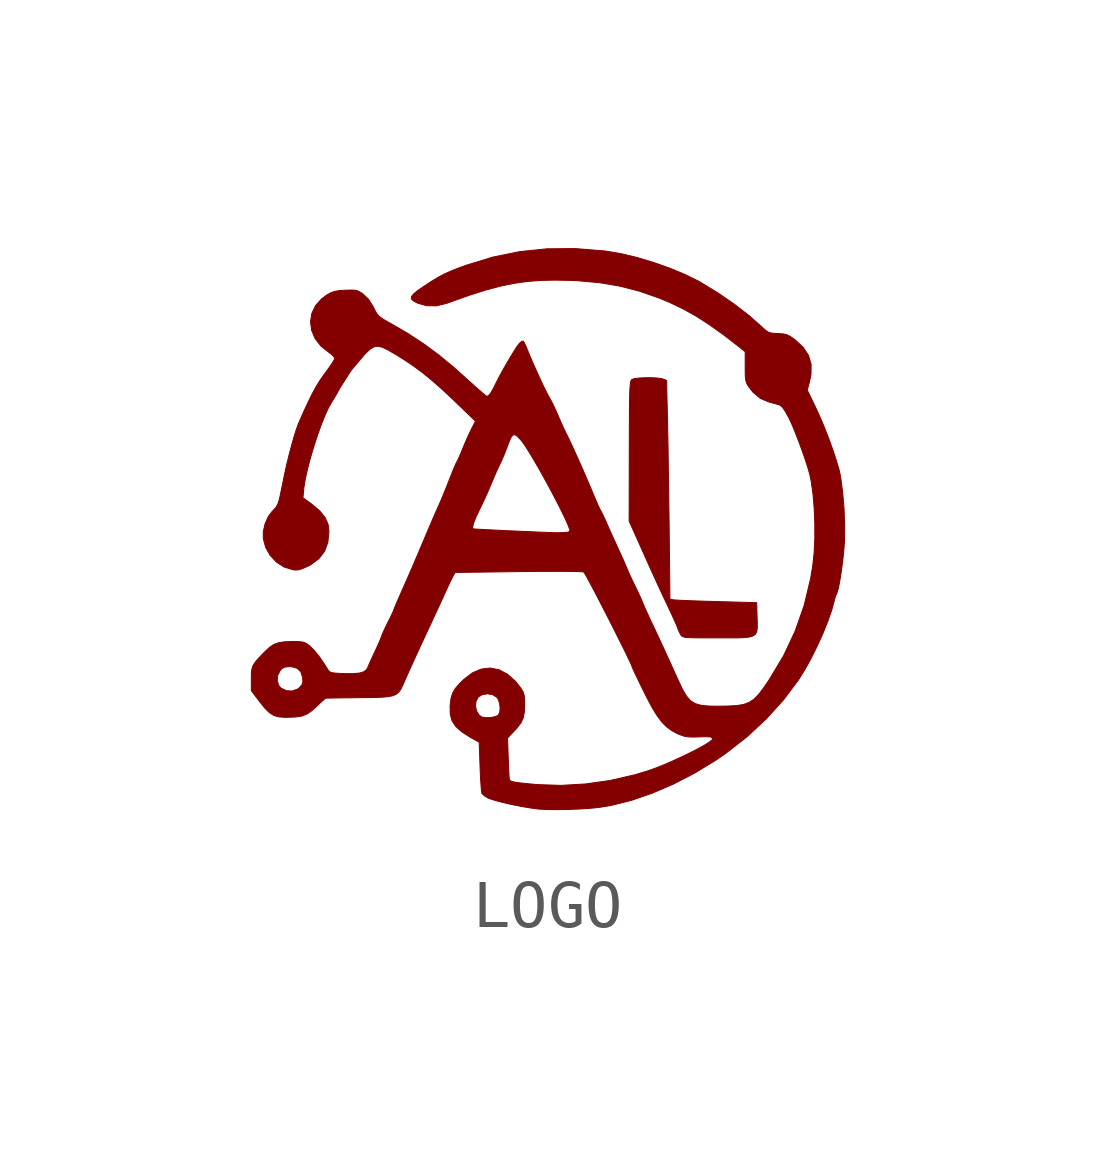
<source format=kicad_sym>
(kicad_symbol_lib
  (version 20220914)
  (generator "bitmap2component")
  (generator_version "9.0")
  (symbol "LOGO"
    (pin_names
      (offset 1.016))
    (property "Reference" "#G"
      (at 0 7.183 0)
      (effects (font (size 1.27 1.27)) hide))
    (symbol "LOGO_0_0"
      (polyline (pts (xy 0.454 -6.659) (xy 0.688 -6.649) (xy 0.907 -6.634) (xy 1.093 -6.614) (xy 1.329 -6.575) (xy 1.748 -6.47) (xy 2.183 -6.32) (xy 2.626 -6.129) (xy 3.067 -5.901) (xy 3.497 -5.639) (xy 3.709 -5.494) (xy 4.153 -5.148) (xy 4.559 -4.771) (xy 4.922 -4.37) (xy 5.233 -3.954) (xy 5.351 -3.765) (xy 5.486 -3.523) (xy 5.616 -3.262) (xy 5.736 -2.997) (xy 5.84 -2.74) (xy 5.922 -2.505) (xy 5.976 -2.306) (xy 5.978 -2.297) (xy 5.999 -2.219) (xy 6.021 -2.171) (xy 6.03 -2.154) (xy 6.053 -2.077) (xy 6.079 -1.956) (xy 6.106 -1.801) (xy 6.132 -1.623) (xy 6.156 -1.431) (xy 6.176 -1.236) (xy 6.189 -1.034) (xy 6.191 -0.723) (xy 6.178 -0.389) (xy 6.149 -0.051) (xy 6.107 0.27) (xy 6.106 0.276) (xy 6.074 0.42) (xy 6.02 0.604) (xy 5.95 0.817) (xy 5.868 1.046) (xy 5.778 1.279) (xy 5.684 1.502) (xy 5.592 1.705) (xy 5.412 2.076) (xy 5.465 2.279) (xy 5.49 2.408) (xy 5.492 2.614) (xy 5.438 2.8) (xy 5.327 2.969) (xy 5.159 3.124) (xy 5.065 3.191) (xy 4.989 3.23) (xy 4.908 3.249) (xy 4.797 3.256) (xy 4.751 3.258) (xy 4.661 3.266) (xy 4.596 3.288) (xy 4.533 3.332) (xy 4.45 3.408) (xy 4.204 3.626) (xy 3.895 3.865) (xy 3.553 4.1) (xy 3.19 4.322) (xy 3.146 4.347) (xy 2.869 4.484) (xy 2.552 4.616) (xy 2.212 4.736) (xy 1.867 4.84) (xy 1.533 4.92) (xy 1.228 4.972) (xy 1.186 4.977) (xy 0.576 5.026) (xy -0.012 5.021) (xy -0.582 4.962) (xy -1.141 4.848) (xy -1.692 4.679) (xy -1.81 4.637) (xy -1.983 4.57) (xy -2.127 4.507) (xy -2.261 4.437) (xy -2.402 4.353) (xy -2.568 4.244) (xy -2.699 4.155) (xy -2.791 4.08) (xy -2.835 4.022) (xy -2.834 3.975) (xy -2.789 3.933) (xy -2.703 3.888) (xy -2.522 3.836) (xy -2.313 3.833) (xy -2.097 3.886) (xy -1.99 3.925) (xy -1.621 4.056) (xy -1.292 4.16) (xy -0.99 4.241) (xy -0.706 4.3) (xy -0.428 4.34) (xy -0.145 4.362) (xy 0.154 4.369) (xy 0.479 4.363) (xy 0.619 4.357) (xy 1.077 4.316) (xy 1.504 4.244) (xy 1.916 4.138) (xy 2.329 3.994) (xy 2.554 3.9) (xy 2.826 3.769) (xy 3.095 3.619) (xy 3.37 3.442) (xy 3.663 3.233) (xy 3.984 2.985) (xy 4.119 2.877) (xy 4.119 2.565) (xy 4.119 2.515) (xy 4.12 2.389) (xy 4.127 2.301) (xy 4.142 2.239) (xy 4.168 2.184) (xy 4.21 2.123) (xy 4.28 2.035) (xy 4.438 1.903) (xy 4.625 1.825) (xy 4.646 1.82) (xy 4.744 1.794) (xy 4.822 1.772) (xy 4.848 1.761) (xy 4.898 1.715) (xy 4.956 1.63) (xy 5.03 1.497) (xy 5.033 1.49) (xy 5.091 1.366) (xy 5.159 1.202) (xy 5.233 1.012) (xy 5.306 0.813) (xy 5.373 0.62) (xy 5.428 0.449) (xy 5.465 0.315) (xy 5.493 0.181) (xy 5.531 -0.086) (xy 5.556 -0.386) (xy 5.569 -0.703) (xy 5.569 -1.02) (xy 5.554 -1.321) (xy 5.525 -1.59) (xy 5.482 -1.847) (xy 5.347 -2.409) (xy 5.159 -2.945) (xy 4.917 -3.46) (xy 4.617 -3.959) (xy 4.506 -4.123) (xy 4.403 -4.259) (xy 4.306 -4.358) (xy 4.205 -4.427) (xy 4.089 -4.471) (xy 3.945 -4.495) (xy 3.764 -4.505) (xy 3.534 -4.508) (xy 3.357 -4.505) (xy 3.199 -4.489) (xy 3.076 -4.454) (xy 2.978 -4.392) (xy 2.894 -4.295) (xy 2.813 -4.157) (xy 2.724 -3.969) (xy 2.652 -3.809) (xy 2.53 -3.541) (xy 2.426 -3.314) (xy 2.336 -3.119) (xy 2.256 -2.947) (xy 2.181 -2.79) (xy 2.133 -2.687) (xy 2.068 -2.546) (xy 2.013 -2.422) (xy 1.976 -2.334) (xy 1.976 -2.333) (xy 1.932 -2.23) (xy 1.873 -2.103) (xy 1.812 -1.977) (xy 1.811 -1.975) (xy 1.75 -1.85) (xy 1.692 -1.724) (xy 1.65 -1.624) (xy 1.635 -1.589) (xy 1.588 -1.48) (xy 1.529 -1.348) (xy 1.467 -1.213) (xy 1.448 -1.172) (xy 1.375 -1.012) (xy 1.3 -0.847) (xy 1.238 -0.705) (xy 1.22 -0.663) (xy 1.171 -0.557) (xy 1.132 -0.476) (xy 1.109 -0.435) (xy 1.09 -0.399) (xy 1.052 -0.319) (xy 1.003 -0.206) (xy 0.948 -0.075) (xy 0.896 0.05) (xy 0.819 0.23) (xy 0.736 0.422) (xy 0.65 0.614) (xy 0.569 0.796) (xy 0.495 0.957) (xy 0.434 1.085) (xy 0.393 1.168) (xy 0.378 1.197) (xy 0.333 1.291) (xy 0.279 1.412) (xy 0.222 1.543) (xy 0.197 1.601) (xy 0.138 1.732) (xy 0.081 1.847) (xy 0.037 1.927) (xy 0.025 1.947) (xy -0.023 2.039) (xy -0.087 2.168) (xy -0.159 2.323) (xy -0.235 2.489) (xy -0.309 2.654) (xy -0.373 2.804) (xy -0.423 2.927) (xy -0.449 2.992) (xy -0.484 3.065) (xy -0.507 3.099) (xy -0.54 3.09) (xy -0.589 3.047) (xy -0.632 2.99) (xy -0.697 2.889) (xy -0.776 2.76) (xy -0.861 2.616) (xy -0.944 2.469) (xy -1.018 2.332) (xy -1.076 2.217) (xy -1.114 2.138) (xy -1.175 2.028) (xy -1.223 1.966) (xy -1.262 1.947) (xy -1.273 1.953) (xy -1.324 1.992) (xy -1.405 2.062) (xy -1.51 2.154) (xy -1.629 2.262) (xy -1.964 2.562) (xy -2.281 2.822) (xy -2.593 3.051) (xy -2.913 3.26) (xy -3.255 3.459) (xy -3.313 3.49) (xy -3.421 3.553) (xy -3.493 3.603) (xy -3.543 3.653) (xy -3.582 3.714) (xy -3.623 3.797) (xy -3.635 3.821) (xy -3.727 3.968) (xy -3.839 4.074) (xy -3.885 4.107) (xy -3.945 4.141) (xy -4.006 4.158) (xy -4.088 4.162) (xy -4.211 4.159) (xy -4.332 4.151) (xy -4.431 4.135) (xy -4.513 4.106) (xy -4.599 4.058) (xy -4.706 3.979) (xy -4.834 3.835) (xy -4.911 3.672) (xy -4.937 3.498) (xy -4.914 3.322) (xy -4.841 3.152) (xy -4.719 2.994) (xy -4.548 2.858) (xy -4.516 2.835) (xy -4.457 2.782) (xy -4.433 2.74) (xy -4.439 2.721) (xy -4.474 2.658) (xy -4.533 2.568) (xy -4.609 2.464) (xy -4.661 2.393) (xy -4.745 2.272) (xy -4.823 2.145) (xy -4.901 2.002) (xy -4.984 1.833) (xy -5.079 1.628) (xy -5.189 1.378) (xy -5.193 1.367) (xy -5.234 1.255) (xy -5.283 1.099) (xy -5.335 0.913) (xy -5.388 0.712) (xy -5.438 0.508) (xy -5.48 0.315) (xy -5.488 0.275) (xy -5.518 0.129) (xy -5.546 -0.009) (xy -5.568 -0.113) (xy -5.586 -0.197) (xy -5.618 -0.297) (xy -5.66 -0.37) (xy -5.721 -0.435) (xy -5.729 -0.441) (xy -5.816 -0.556) (xy -5.883 -0.705) (xy -5.921 -0.867) (xy -5.921 -1.014) (xy -5.873 -1.196) (xy -5.78 -1.363) (xy -5.649 -1.504) (xy -5.488 -1.608) (xy -5.304 -1.665) (xy -5.259 -1.671) (xy -5.185 -1.667) (xy -5.101 -1.641) (xy -4.987 -1.589) (xy -4.935 -1.562) (xy -4.766 -1.438) (xy -4.646 -1.283) (xy -4.576 -1.095) (xy -4.553 -0.87) (xy -4.571 -0.72) (xy -4.634 -0.577) (xy -4.746 -0.439) (xy -4.911 -0.299) (xy -5.095 -0.165) (xy -5.078 0.017) (xy -5.075 0.047) (xy -5.047 0.218) (xy -5.002 0.423) (xy -4.943 0.649) (xy -4.873 0.886) (xy -4.797 1.121) (xy -4.718 1.344) (xy -4.639 1.543) (xy -4.565 1.706) (xy -4.499 1.821) (xy -4.497 1.825) (xy -4.453 1.895) (xy -4.394 1.995) (xy -4.333 2.106) (xy -4.323 2.125) (xy -4.087 2.494) (xy -3.808 2.823) (xy -3.782 2.85) (xy -3.693 2.932) (xy -3.615 2.979) (xy -3.536 2.992) (xy -3.444 2.971) (xy -3.327 2.915) (xy -3.172 2.826) (xy -3.155 2.816) (xy -2.962 2.695) (xy -2.784 2.574) (xy -2.611 2.446) (xy -2.434 2.303) (xy -2.245 2.138) (xy -2.033 1.943) (xy -1.791 1.711) (xy -1.5 1.43) (xy -1.587 1.262) (xy -1.592 1.25) (xy -1.648 1.133) (xy -1.711 0.992) (xy -1.768 0.854) (xy -1.785 0.812) (xy -1.83 0.705) (xy -1.867 0.624) (xy -1.889 0.583) (xy -1.89 0.581) (xy -1.912 0.537) (xy -1.95 0.45) (xy -1.998 0.331) (xy -2.052 0.193) (xy -2.109 0.049) (xy -2.171 -0.103) (xy -2.226 -0.235) (xy -2.267 -0.329) (xy -2.283 -0.363) (xy -2.336 -0.482) (xy -2.397 -0.623) (xy -2.457 -0.764) (xy -2.465 -0.782) (xy -1.56 -0.782) (xy -1.542 -0.701) (xy -1.492 -0.573) (xy -1.41 -0.4) (xy -1.373 -0.324) (xy -1.297 -0.163) (xy -1.226 -0.003) (xy -1.171 0.129) (xy -1.167 0.137) (xy -1.109 0.276) (xy -1.047 0.418) (xy -0.992 0.533) (xy -0.951 0.62) (xy -0.89 0.764) (xy -0.838 0.899) (xy -0.811 0.972) (xy -0.766 1.082) (xy -0.725 1.139) (xy -0.682 1.149) (xy -0.628 1.115) (xy -0.557 1.04) (xy -0.541 1.021) (xy -0.477 0.933) (xy -0.396 0.808) (xy -0.303 0.654) (xy -0.201 0.479) (xy -0.094 0.289) (xy 0.014 0.093) (xy 0.119 -0.104) (xy 0.217 -0.292) (xy 0.304 -0.466) (xy 0.377 -0.618) (xy 0.43 -0.74) (xy 0.462 -0.825) (xy 0.466 -0.866) (xy 0.465 -0.867) (xy 0.42 -0.883) (xy 0.325 -0.892) (xy 0.185 -0.894) (xy 0.183 -0.894) (xy 0.093 -0.891) (xy -0.038 -0.886) (xy -0.199 -0.88) (xy -0.383 -0.872) (xy -0.579 -0.863) (xy -0.779 -0.854) (xy -0.974 -0.845) (xy -1.154 -0.836) (xy -1.311 -0.828) (xy -1.436 -0.821) (xy -1.518 -0.816) (xy -1.55 -0.813) (xy -1.56 -0.782) (xy -2.465 -0.782) (xy -2.486 -0.832) (xy -2.601 -1.104) (xy -2.699 -1.335) (xy -2.785 -1.536) (xy -2.864 -1.719) (xy -2.941 -1.895) (xy -3.021 -2.076) (xy -3.054 -2.15) (xy -3.114 -2.287) (xy -3.162 -2.398) (xy -3.193 -2.475) (xy -3.205 -2.507) (xy -3.207 -2.514) (xy -3.228 -2.563) (xy -3.268 -2.647) (xy -3.321 -2.752) (xy -3.337 -2.784) (xy -3.392 -2.898) (xy -3.435 -2.994) (xy -3.459 -3.055) (xy -3.465 -3.073) (xy -3.496 -3.15) (xy -3.543 -3.257) (xy -3.598 -3.376) (xy -3.62 -3.422) (xy -3.674 -3.539) (xy -3.718 -3.637) (xy -3.744 -3.699) (xy -3.769 -3.744) (xy -3.826 -3.79) (xy -3.918 -3.818) (xy -4.051 -3.83) (xy -4.235 -3.829) (xy -4.306 -3.826) (xy -4.423 -3.819) (xy -4.497 -3.808) (xy -4.54 -3.79) (xy -4.565 -3.764) (xy -4.638 -3.646) (xy -4.753 -3.478) (xy -4.861 -3.344) (xy -4.952 -3.253) (xy -4.96 -3.247) (xy -5.025 -3.2) (xy -5.086 -3.174) (xy -5.165 -3.163) (xy -5.282 -3.161) (xy -5.32 -3.161) (xy -5.482 -3.167) (xy -5.604 -3.186) (xy -5.701 -3.221) (xy -5.788 -3.28) (xy -5.882 -3.367) (xy -5.917 -3.402) (xy -6.022 -3.511) (xy -6.093 -3.595) (xy -6.137 -3.666) (xy -6.16 -3.738) (xy -6.169 -3.824) (xy -6.17 -3.938) (xy -6.17 -3.982) (xy -5.631 -3.982) (xy -5.622 -3.869) (xy -5.569 -3.763) (xy -5.535 -3.726) (xy -5.472 -3.693) (xy -5.378 -3.684) (xy -5.328 -3.686) (xy -5.213 -3.719) (xy -5.138 -3.794) (xy -5.101 -3.914) (xy -5.096 -3.991) (xy -5.112 -4.055) (xy -5.162 -4.116) (xy -5.207 -4.152) (xy -5.319 -4.192) (xy -5.441 -4.185) (xy -5.552 -4.131) (xy -5.596 -4.082) (xy -5.631 -3.982) (xy -6.17 -3.982) (xy -6.17 -4.184) (xy -6.023 -4.379) (xy -5.991 -4.421) (xy -5.884 -4.554) (xy -5.791 -4.645) (xy -5.7 -4.702) (xy -5.595 -4.731) (xy -5.462 -4.74) (xy -5.287 -4.735) (xy -5.238 -4.732) (xy -5.116 -4.713) (xy -5.012 -4.672) (xy -4.909 -4.601) (xy -4.788 -4.491) (xy -4.783 -4.486) (xy -4.706 -4.413) (xy -4.647 -4.361) (xy -4.617 -4.34) (xy -4.606 -4.34) (xy -4.543 -4.339) (xy -4.434 -4.337) (xy -4.287 -4.335) (xy -4.111 -4.333) (xy -3.915 -4.33) (xy -3.876 -4.33) (xy -3.647 -4.327) (xy -3.467 -4.322) (xy -3.331 -4.311) (xy -3.23 -4.292) (xy -3.156 -4.262) (xy -3.1 -4.218) (xy -3.056 -4.155) (xy -3.015 -4.072) (xy -2.969 -3.966) (xy -2.94 -3.9) (xy -2.883 -3.772) (xy -2.809 -3.609) (xy -2.723 -3.421) (xy -2.629 -3.217) (xy -2.533 -3.01) (xy -2.455 -2.843) (xy -2.364 -2.647) (xy -2.281 -2.469) (xy -2.211 -2.316) (xy -2.157 -2.199) (xy -2.125 -2.127) (xy -2.094 -2.059) (xy -2.038 -1.94) (xy -1.99 -1.842) (xy -1.927 -1.722) (xy -0.612 -1.704) (xy -0.425 -1.702) (xy -0.16 -1.7) (xy 0.084 -1.699) (xy 0.3 -1.699) (xy 0.481 -1.701) (xy 0.621 -1.703) (xy 0.715 -1.707) (xy 0.754 -1.712) (xy 0.762 -1.722) (xy 0.796 -1.777) (xy 0.85 -1.875) (xy 0.921 -2.008) (xy 1.006 -2.168) (xy 1.1 -2.35) (xy 1.2 -2.545) (xy 1.303 -2.745) (xy 1.404 -2.945) (xy 1.499 -3.135) (xy 1.586 -3.309) (xy 1.66 -3.461) (xy 1.717 -3.581) (xy 1.754 -3.663) (xy 1.767 -3.701) (xy 1.779 -3.729) (xy 1.813 -3.803) (xy 1.866 -3.913) (xy 1.933 -4.052) (xy 2.01 -4.209) (xy 2.067 -4.323) (xy 2.18 -4.537) (xy 2.283 -4.705) (xy 2.381 -4.836) (xy 2.48 -4.937) (xy 2.586 -5.015) (xy 2.705 -5.079) (xy 2.753 -5.1) (xy 2.836 -5.13) (xy 2.917 -5.146) (xy 3.016 -5.151) (xy 3.154 -5.148) (xy 3.238 -5.145) (xy 3.339 -5.144) (xy 3.398 -5.15) (xy 3.428 -5.165) (xy 3.439 -5.189) (xy 3.423 -5.215) (xy 3.361 -5.263) (xy 3.258 -5.326) (xy 3.123 -5.401) (xy 2.964 -5.482) (xy 2.789 -5.566) (xy 2.607 -5.65) (xy 2.426 -5.728) (xy 2.253 -5.797) (xy 2.098 -5.853) (xy 1.819 -5.937) (xy 1.311 -6.054) (xy 0.793 -6.128) (xy 0.28 -6.158) (xy -0.212 -6.141) (xy -0.412 -6.123) (xy -0.564 -6.107) (xy -0.67 -6.092) (xy -0.74 -6.077) (xy -0.778 -6.059) (xy -0.794 -6.039) (xy -0.795 -6.032) (xy -0.8 -5.976) (xy -0.806 -5.875) (xy -0.812 -5.742) (xy -0.818 -5.588) (xy -0.832 -5.171) (xy -0.687 -5.018) (xy -0.631 -4.956) (xy -0.552 -4.852) (xy -0.505 -4.75) (xy -0.482 -4.63) (xy -0.476 -4.47) (xy -0.478 -4.358) (xy -0.488 -4.27) (xy -0.512 -4.202) (xy -0.556 -4.131) (xy -0.664 -3.993) (xy -0.832 -3.843) (xy -1.009 -3.749) (xy -1.192 -3.713) (xy -1.379 -3.734) (xy -1.564 -3.813) (xy -1.744 -3.951) (xy -1.831 -4.036) (xy -1.92 -4.139) (xy -1.976 -4.234) (xy -2.009 -4.341) (xy -2.027 -4.474) (xy -2.029 -4.504) (xy -2.029 -4.506) (xy -1.5 -4.506) (xy -1.488 -4.4) (xy -1.438 -4.313) (xy -1.359 -4.267) (xy -1.249 -4.25) (xy -1.14 -4.269) (xy -1.054 -4.323) (xy -1.03 -4.356) (xy -0.999 -4.444) (xy -0.987 -4.546) (xy -0.996 -4.638) (xy -1.027 -4.698) (xy -1.089 -4.726) (xy -1.187 -4.745) (xy -1.289 -4.748) (xy -1.368 -4.734) (xy -1.421 -4.698) (xy -1.476 -4.612) (xy -1.5 -4.506) (xy -2.029 -4.506) (xy -2.027 -4.671) (xy -1.989 -4.811) (xy -1.909 -4.933) (xy -1.782 -5.045) (xy -1.603 -5.159) (xy -1.423 -5.259) (xy -1.405 -5.767) (xy -1.4 -5.894) (xy -1.392 -6.053) (xy -1.383 -6.184) (xy -1.375 -6.278) (xy -1.367 -6.323) (xy -1.361 -6.331) (xy -1.312 -6.377) (xy -1.238 -6.421) (xy -1.17 -6.447) (xy -1.043 -6.485) (xy -0.883 -6.525) (xy -0.704 -6.565) (xy -0.52 -6.601) (xy -0.345 -6.63) (xy -0.195 -6.65) (xy -0.163 -6.653) (xy 0.011 -6.661) (xy 0.222 -6.663) (xy 0.454 -6.659)) (stroke (width 0.01) (type default)) (fill (type outline)))
      (polyline (pts (xy 3.922 -3.085) (xy 4.082 -3.08) (xy 4.199 -3.068) (xy 4.28 -3.045) (xy 4.332 -3.009) (xy 4.359 -2.955) (xy 4.37 -2.881) (xy 4.371 -2.782) (xy 4.367 -2.657) (xy 4.358 -2.351) (xy 3.519 -2.328) (xy 3.498 -2.327) (xy 3.278 -2.321) (xy 3.076 -2.314) (xy 2.9 -2.307) (xy 2.76 -2.301) (xy 2.662 -2.295) (xy 2.616 -2.291) (xy 2.551 -2.277) (xy 2.534 -0.726) (xy 2.53 -0.426) (xy 2.526 -0.09) (xy 2.521 0.245) (xy 2.516 0.568) (xy 2.512 0.87) (xy 2.507 1.141) (xy 2.502 1.372) (xy 2.498 1.552) (xy 2.481 2.28) (xy 2.406 2.308) (xy 2.377 2.317) (xy 2.283 2.329) (xy 2.163 2.336) (xy 2.032 2.335) (xy 1.91 2.329) (xy 1.813 2.317) (xy 1.758 2.299) (xy 1.758 2.299) (xy 1.746 2.286) (xy 1.736 2.264) (xy 1.728 2.228) (xy 1.722 2.171) (xy 1.716 2.09) (xy 1.712 1.98) (xy 1.709 1.834) (xy 1.707 1.649) (xy 1.706 1.419) (xy 1.705 1.139) (xy 1.704 0.804) (xy 1.701 -0.652) (xy 1.827 -0.933) (xy 1.828 -0.935) (xy 1.891 -1.074) (xy 1.968 -1.247) (xy 2.05 -1.43) (xy 2.127 -1.602) (xy 2.209 -1.784) (xy 2.306 -1.995) (xy 2.405 -2.208) (xy 2.494 -2.396) (xy 2.523 -2.458) (xy 2.591 -2.602) (xy 2.648 -2.727) (xy 2.689 -2.822) (xy 2.71 -2.875) (xy 2.732 -2.934) (xy 2.774 -3.018) (xy 2.78 -3.027) (xy 2.796 -3.046) (xy 2.819 -3.06) (xy 2.857 -3.071) (xy 2.918 -3.078) (xy 3.009 -3.082) (xy 3.137 -3.084) (xy 3.31 -3.085) (xy 3.535 -3.085) (xy 3.713 -3.085) (xy 3.922 -3.085)) (stroke (width 0.01) (type default)) (fill (type outline))))))
</source>
